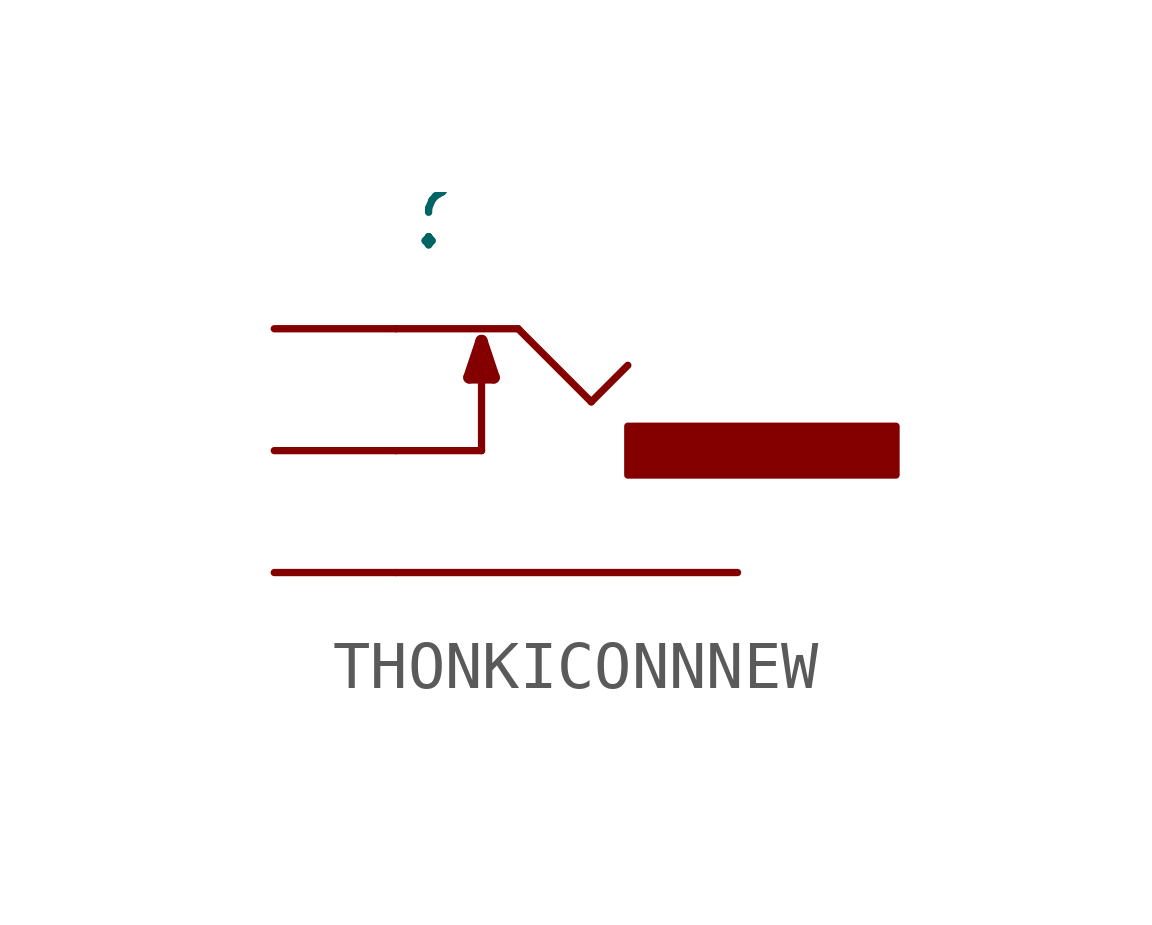
<source format=kicad_sym>
(kicad_symbol_lib
  (version 20211014)
  (generator kicad_symbol_editor)
  (symbol "THONKICONNNEW"
    (property "Reference" ""
      (at -2.54 4.064 0)
      (effects (font (size 1.778 1.511)) (justify left bottom)))
    (property "ki_locked" ""
      (at 0 0 0)
      (effects (font (size 1.27 1.27))))
    (symbol "THONKICONNNEW_1_0"
      (polyline (pts (xy -2.54 -2.54) (xy 4.572 -2.54)) (stroke (width 0.152) (type default) (color 0 0 0 0)) (fill (type none)))
      (polyline (pts (xy -2.54 0) (xy -0.762 0)) (stroke (width 0.152) (type default) (color 0 0 0 0)) (fill (type none)))
      (polyline (pts (xy -2.54 2.54) (xy 0 2.54)) (stroke (width 0.152) (type default) (color 0 0 0 0)) (fill (type none)))
      (polyline (pts (xy -1.016 1.524) (xy -0.508 1.524)) (stroke (width 0.254) (type default) (color 0 0 0 0)) (fill (type none)))
      (polyline (pts (xy -0.762 0) (xy -0.762 2.286)) (stroke (width 0.152) (type default) (color 0 0 0 0)) (fill (type none)))
      (polyline (pts (xy -0.762 2.286) (xy -1.016 1.524)) (stroke (width 0.254) (type default) (color 0 0 0 0)) (fill (type none)))
      (polyline (pts (xy -0.508 1.524) (xy -0.762 2.286)) (stroke (width 0.254) (type default) (color 0 0 0 0)) (fill (type none)))
      (polyline (pts (xy 0 2.54) (xy 1.524 1.016)) (stroke (width 0.152) (type default) (color 0 0 0 0)) (fill (type none)))
      (polyline (pts (xy 1.524 1.016) (xy 2.286 1.778)) (stroke (width 0.152) (type default) (color 0 0 0 0)) (fill (type none)))
      (rectangle (start 2.286 -0.508) (end 7.874 0.508) (stroke (width 0) (type default) (color 0 0 0 0)) (fill (type outline)))
      (pin passive line (at -5.08 2.54 0) (length 2.54) (name "TIP" (effects (font (size 0 0)))) (number "P$1_TIP" (effects (font (size 0 0)))))
      (pin passive line (at -5.08 0 0) (length 2.54) (name "SWITCH" (effects (font (size 0 0)))) (number "P$2_SWITCH" (effects (font (size 0 0)))))
      (pin passive line (at -5.08 -2.54 0) (length 2.54) (name "SLEEVE" (effects (font (size 0 0)))) (number "P$3_SLEEVE" (effects (font (size 0 0))))))))
</source>
